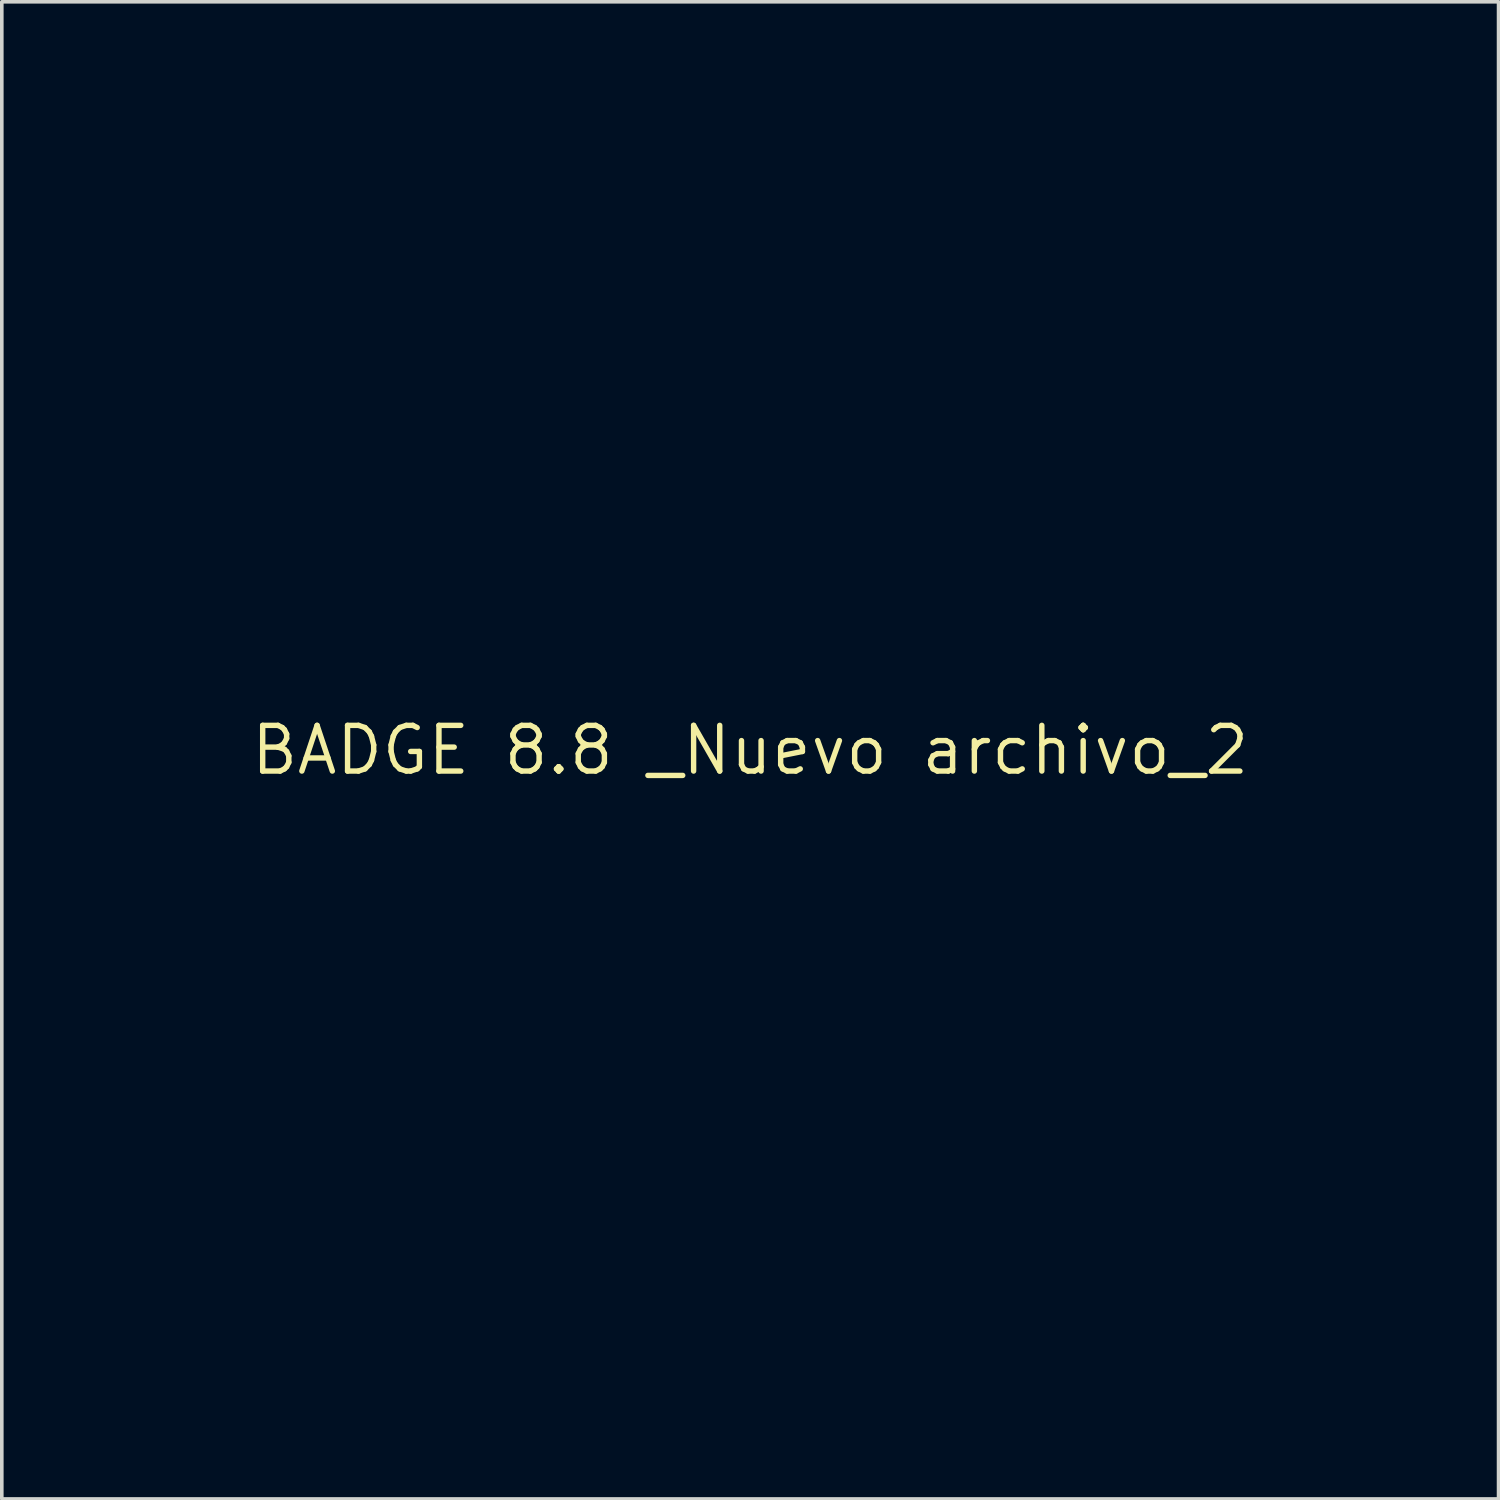
<source format=kicad_pcb>
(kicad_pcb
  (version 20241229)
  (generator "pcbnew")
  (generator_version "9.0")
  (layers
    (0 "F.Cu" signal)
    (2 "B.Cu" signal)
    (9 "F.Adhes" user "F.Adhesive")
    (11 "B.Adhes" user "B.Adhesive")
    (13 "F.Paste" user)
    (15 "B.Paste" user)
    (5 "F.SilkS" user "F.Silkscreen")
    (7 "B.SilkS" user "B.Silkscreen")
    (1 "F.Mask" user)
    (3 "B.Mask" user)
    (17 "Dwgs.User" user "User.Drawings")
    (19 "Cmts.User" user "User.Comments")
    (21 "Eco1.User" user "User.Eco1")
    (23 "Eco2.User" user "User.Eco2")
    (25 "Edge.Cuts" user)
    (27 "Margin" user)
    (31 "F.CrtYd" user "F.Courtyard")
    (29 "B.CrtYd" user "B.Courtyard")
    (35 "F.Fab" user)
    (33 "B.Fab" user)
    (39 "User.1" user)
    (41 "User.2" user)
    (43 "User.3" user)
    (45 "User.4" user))
  (footprint "BADGE 8.8 _Nuevo archivo_2"
    (layer "F.Cu")
    (at 17.796 17.796)
    (property "Reference" "BADGE 8.8 _Nuevo archivo_2" (at 0 0 0) (layer "F.SilkS") (effects (font (size 1.27 1.27) (thickness 0.15))))
    (attr through_hole)
    (fp_poly (pts (xy 17.054 16.104) (xy 17.055 16.104) (xy 17.241 16.155) (xy 17.406 16.239) (xy 17.544 16.352) (xy 17.655 16.491) (xy 17.733 16.651) (xy 17.777 16.828) (xy 17.783 17.018) (xy 17.777 17.082) (xy 17.732 17.255) (xy 17.651 17.416) (xy 17.539 17.557) (xy 17.4 17.673) (xy 17.304 17.727) (xy 17.183 17.769) (xy 17.039 17.794) (xy 16.889 17.8) (xy 16.747 17.788) (xy 16.644 17.761) (xy 16.474 17.678) (xy 16.332 17.565) (xy 16.219 17.429) (xy 16.138 17.274) (xy 16.09 17.105) (xy 16.077 16.928) (xy 16.102 16.748) (xy 16.167 16.569) (xy 16.17 16.562) (xy 16.266 16.413) (xy 16.392 16.288) (xy 16.54 16.191) (xy 16.704 16.126) (xy 16.878 16.096) (xy 17.054 16.104)) (stroke (width 0.01) (type solid)) (fill yes) (layer "F.Mask"))
    (fp_poly (pts (xy 0.248 4.127) (xy 0.414 4.2) (xy 0.563 4.306) (xy 0.687 4.439) (xy 0.767 4.569) (xy 0.798 4.634) (xy 0.818 4.687) (xy 0.829 4.742) (xy 0.834 4.81) (xy 0.836 4.904) (xy 0.836 4.942) (xy 0.835 5.048) (xy 0.831 5.123) (xy 0.822 5.181) (xy 0.805 5.233) (xy 0.779 5.292) (xy 0.768 5.314) (xy 0.667 5.473) (xy 0.534 5.609) (xy 0.378 5.713) (xy 0.362 5.721) (xy 0.288 5.755) (xy 0.222 5.775) (xy 0.149 5.787) (xy 0.052 5.793) (xy 0.034 5.793) (xy -0.088 5.793) (xy -0.188 5.784) (xy -0.243 5.771) (xy -0.419 5.693) (xy -0.569 5.586) (xy -0.692 5.455) (xy -0.783 5.304) (xy -0.841 5.138) (xy -0.862 4.962) (xy -0.848 4.808) (xy -0.795 4.623) (xy -0.708 4.46) (xy -0.592 4.323) (xy -0.452 4.214) (xy -0.291 4.137) (xy -0.115 4.096) (xy 0.071 4.092) (xy 0.248 4.127)) (stroke (width 0.01) (type solid)) (fill yes) (layer "F.Mask"))
    (fp_poly (pts (xy -16.824 16.1) (xy -16.743 16.117) (xy -16.588 16.169) (xy -16.457 16.246) (xy -16.34 16.35) (xy -16.224 16.496) (xy -16.146 16.656) (xy -16.104 16.824) (xy -16.096 16.995) (xy -16.122 17.163) (xy -16.181 17.323) (xy -16.272 17.469) (xy -16.394 17.597) (xy -16.545 17.7) (xy -16.59 17.722) (xy -16.67 17.757) (xy -16.741 17.778) (xy -16.819 17.789) (xy -16.922 17.795) (xy -16.923 17.795) (xy -17.05 17.794) (xy -17.154 17.783) (xy -17.202 17.772) (xy -17.372 17.695) (xy -17.523 17.583) (xy -17.648 17.443) (xy -17.724 17.314) (xy -17.754 17.25) (xy -17.773 17.196) (xy -17.784 17.14) (xy -17.789 17.069) (xy -17.791 16.972) (xy -17.791 16.943) (xy -17.79 16.838) (xy -17.786 16.763) (xy -17.777 16.705) (xy -17.76 16.653) (xy -17.733 16.593) (xy -17.722 16.571) (xy -17.623 16.416) (xy -17.496 16.288) (xy -17.347 16.189) (xy -17.181 16.123) (xy -17.005 16.093) (xy -16.824 16.1)) (stroke (width 0.01) (type solid)) (fill yes) (layer "F.Mask"))
    (fp_poly (pts (xy -16.838 -17.79) (xy -16.763 -17.786) (xy -16.706 -17.777) (xy -16.653 -17.76) (xy -16.593 -17.733) (xy -16.569 -17.721) (xy -16.413 -17.623) (xy -16.287 -17.499) (xy -16.191 -17.355) (xy -16.127 -17.196) (xy -16.095 -17.029) (xy -16.096 -16.859) (xy -16.131 -16.691) (xy -16.202 -16.53) (xy -16.308 -16.383) (xy -16.342 -16.348) (xy -16.492 -16.227) (xy -16.659 -16.144) (xy -16.839 -16.1) (xy -17.027 -16.096) (xy -17.123 -16.11) (xy -17.289 -16.163) (xy -17.442 -16.253) (xy -17.577 -16.373) (xy -17.686 -16.519) (xy -17.723 -16.59) (xy -17.754 -16.658) (xy -17.774 -16.715) (xy -17.785 -16.773) (xy -17.789 -16.847) (xy -17.791 -16.949) (xy -17.791 -16.955) (xy -17.79 -17.058) (xy -17.785 -17.132) (xy -17.775 -17.19) (xy -17.756 -17.244) (xy -17.727 -17.308) (xy -17.723 -17.315) (xy -17.622 -17.475) (xy -17.492 -17.609) (xy -17.339 -17.712) (xy -17.314 -17.725) (xy -17.25 -17.754) (xy -17.196 -17.773) (xy -17.14 -17.784) (xy -17.069 -17.789) (xy -16.971 -17.791) (xy -16.943 -17.791) (xy -16.838 -17.79)) (stroke (width 0.01) (type solid)) (fill yes) (layer "F.Mask"))
    (fp_poly (pts (xy 17.058 -17.79) (xy 17.132 -17.785) (xy 17.19 -17.775) (xy 17.244 -17.756) (xy 17.308 -17.727) (xy 17.315 -17.723) (xy 17.475 -17.622) (xy 17.609 -17.492) (xy 17.712 -17.339) (xy 17.725 -17.314) (xy 17.754 -17.25) (xy 17.773 -17.196) (xy 17.784 -17.14) (xy 17.789 -17.069) (xy 17.791 -16.971) (xy 17.791 -16.943) (xy 17.79 -16.838) (xy 17.786 -16.763) (xy 17.777 -16.705) (xy 17.76 -16.653) (xy 17.733 -16.593) (xy 17.722 -16.571) (xy 17.624 -16.418) (xy 17.498 -16.291) (xy 17.349 -16.193) (xy 17.184 -16.126) (xy 17.01 -16.093) (xy 16.831 -16.097) (xy 16.722 -16.119) (xy 16.55 -16.189) (xy 16.399 -16.292) (xy 16.274 -16.426) (xy 16.178 -16.585) (xy 16.116 -16.765) (xy 16.106 -16.81) (xy 16.094 -16.989) (xy 16.121 -17.163) (xy 16.184 -17.328) (xy 16.28 -17.478) (xy 16.407 -17.607) (xy 16.56 -17.708) (xy 16.59 -17.723) (xy 16.658 -17.754) (xy 16.715 -17.774) (xy 16.773 -17.785) (xy 16.847 -17.789) (xy 16.949 -17.791) (xy 16.955 -17.791) (xy 17.058 -17.79)) (stroke (width 0.01) (type solid)) (fill yes) (layer "F.Mask")))
  (gr_rect
    (start -3 -3)
    (end 38.591 38.601)
    (stroke (width 0.1) (type default))
    (fill no)
    (layer "Edge.Cuts")))
</source>
